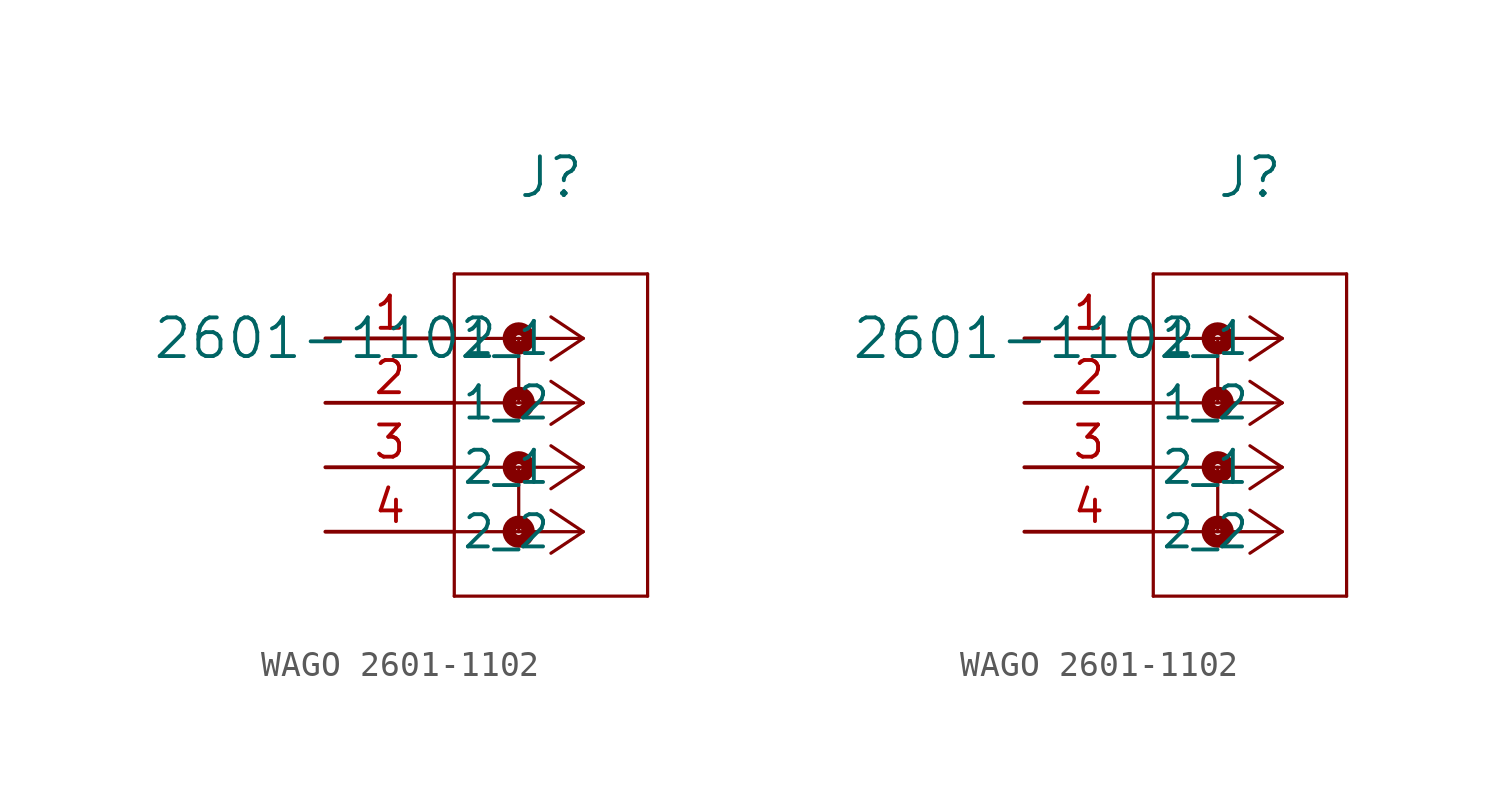
<source format=kicad_sym>
(kicad_symbol_lib
  (version 20241209)
  (generator "kicad_symbol_editor")
  (generator_version "9.0")
  (symbol "WAGO 2601-1102"
    (pin_names
      (offset 0.254))
    (property "Reference" "J"
      (at 8.89 6.35 0)
      (effects (font (size 1.524 1.524))))
    (property "Value" "2601-1102"
      (at 0 0 0)
      (effects (font (size 1.524 1.524))))
    (symbol "WAGO 2601-1102_1_1"
      (polyline (pts (xy 5.08 2.54) (xy 5.08 -10.16)) (stroke (width 0.127) (type default)) (fill (type none)))
      (polyline (pts (xy 5.08 -10.16) (xy 12.7 -10.16)) (stroke (width 0.127) (type default)) (fill (type none)))
      (polyline (pts (xy 7.62 0) (xy 7.62 -2.54)) (stroke (width 0.127) (type default)) (fill (type none)))
      (circle (center 7.62 0) (radius 0.127) (stroke (width 0.508) (type default)) (fill (type none)))
      (circle (center 7.62 -2.54) (radius 0.127) (stroke (width 0.508) (type default)) (fill (type none)))
      (polyline (pts (xy 7.62 -5.08) (xy 7.62 -7.62)) (stroke (width 0.127) (type default)) (fill (type none)))
      (circle (center 7.62 -5.08) (radius 0.127) (stroke (width 0.508) (type default)) (fill (type none)))
      (circle (center 7.62 -7.62) (radius 0.127) (stroke (width 0.508) (type default)) (fill (type none)))
      (polyline (pts (xy 10.16 0) (xy 5.08 0)) (stroke (width 0.127) (type default)) (fill (type none)))
      (polyline (pts (xy 10.16 0) (xy 8.89 0.847)) (stroke (width 0.127) (type default)) (fill (type none)))
      (polyline (pts (xy 10.16 0) (xy 8.89 -0.847)) (stroke (width 0.127) (type default)) (fill (type none)))
      (polyline (pts (xy 10.16 -2.54) (xy 5.08 -2.54)) (stroke (width 0.127) (type default)) (fill (type none)))
      (polyline (pts (xy 10.16 -2.54) (xy 8.89 -1.693)) (stroke (width 0.127) (type default)) (fill (type none)))
      (polyline (pts (xy 10.16 -2.54) (xy 8.89 -3.387)) (stroke (width 0.127) (type default)) (fill (type none)))
      (polyline (pts (xy 10.16 -5.08) (xy 5.08 -5.08)) (stroke (width 0.127) (type default)) (fill (type none)))
      (polyline (pts (xy 10.16 -5.08) (xy 8.89 -4.233)) (stroke (width 0.127) (type default)) (fill (type none)))
      (polyline (pts (xy 10.16 -5.08) (xy 8.89 -5.927)) (stroke (width 0.127) (type default)) (fill (type none)))
      (polyline (pts (xy 10.16 -7.62) (xy 5.08 -7.62)) (stroke (width 0.127) (type default)) (fill (type none)))
      (polyline (pts (xy 10.16 -7.62) (xy 8.89 -6.773)) (stroke (width 0.127) (type default)) (fill (type none)))
      (polyline (pts (xy 10.16 -7.62) (xy 8.89 -8.467)) (stroke (width 0.127) (type default)) (fill (type none)))
      (polyline (pts (xy 12.7 2.54) (xy 5.08 2.54)) (stroke (width 0.127) (type default)) (fill (type none)))
      (polyline (pts (xy 12.7 -10.16) (xy 12.7 2.54)) (stroke (width 0.127) (type default)) (fill (type none)))
      (pin unspecified line (at 0 0 0) (length 5.08) (name "1_1" (effects (font (size 1.27 1.27)))) (number "1" (effects (font (size 1.27 1.27)))))
      (pin unspecified line (at 0 -2.54 0) (length 5.08) (name "1_2" (effects (font (size 1.27 1.27)))) (number "2" (effects (font (size 1.27 1.27)))))
      (pin unspecified line (at 0 -5.08 0) (length 5.08) (name "2_1" (effects (font (size 1.27 1.27)))) (number "3" (effects (font (size 1.27 1.27)))))
      (pin unspecified line (at 0 -7.62 0) (length 5.08) (name "2_2" (effects (font (size 1.27 1.27)))) (number "4" (effects (font (size 1.27 1.27))))))
    (symbol "WAGO 2601-1102_1_2"
      (polyline (pts (xy 5.08 2.54) (xy 5.08 -10.16)) (stroke (width 0.127) (type default)) (fill (type none)))
      (polyline (pts (xy 5.08 -10.16) (xy 12.7 -10.16)) (stroke (width 0.127) (type default)) (fill (type none)))
      (polyline (pts (xy 7.62 0) (xy 7.62 -2.54)) (stroke (width 0.127) (type default)) (fill (type none)))
      (circle (center 7.62 0) (radius 0.127) (stroke (width 0.508) (type default)) (fill (type none)))
      (circle (center 7.62 -2.54) (radius 0.127) (stroke (width 0.508) (type default)) (fill (type none)))
      (polyline (pts (xy 7.62 -5.08) (xy 7.62 -7.62)) (stroke (width 0.127) (type default)) (fill (type none)))
      (circle (center 7.62 -5.08) (radius 0.127) (stroke (width 0.508) (type default)) (fill (type none)))
      (circle (center 7.62 -7.62) (radius 0.127) (stroke (width 0.508) (type default)) (fill (type none)))
      (polyline (pts (xy 10.16 0) (xy 5.08 0)) (stroke (width 0.127) (type default)) (fill (type none)))
      (polyline (pts (xy 10.16 0) (xy 8.89 0.847)) (stroke (width 0.127) (type default)) (fill (type none)))
      (polyline (pts (xy 10.16 0) (xy 8.89 -0.847)) (stroke (width 0.127) (type default)) (fill (type none)))
      (polyline (pts (xy 10.16 -2.54) (xy 5.08 -2.54)) (stroke (width 0.127) (type default)) (fill (type none)))
      (polyline (pts (xy 10.16 -2.54) (xy 8.89 -1.693)) (stroke (width 0.127) (type default)) (fill (type none)))
      (polyline (pts (xy 10.16 -2.54) (xy 8.89 -3.387)) (stroke (width 0.127) (type default)) (fill (type none)))
      (polyline (pts (xy 10.16 -5.08) (xy 5.08 -5.08)) (stroke (width 0.127) (type default)) (fill (type none)))
      (polyline (pts (xy 10.16 -5.08) (xy 8.89 -4.233)) (stroke (width 0.127) (type default)) (fill (type none)))
      (polyline (pts (xy 10.16 -5.08) (xy 8.89 -5.927)) (stroke (width 0.127) (type default)) (fill (type none)))
      (polyline (pts (xy 10.16 -7.62) (xy 5.08 -7.62)) (stroke (width 0.127) (type default)) (fill (type none)))
      (polyline (pts (xy 10.16 -7.62) (xy 8.89 -6.773)) (stroke (width 0.127) (type default)) (fill (type none)))
      (polyline (pts (xy 10.16 -7.62) (xy 8.89 -8.467)) (stroke (width 0.127) (type default)) (fill (type none)))
      (polyline (pts (xy 12.7 2.54) (xy 5.08 2.54)) (stroke (width 0.127) (type default)) (fill (type none)))
      (polyline (pts (xy 12.7 -10.16) (xy 12.7 2.54)) (stroke (width 0.127) (type default)) (fill (type none)))
      (pin unspecified line (at 0 0 0) (length 5.08) (name "1_1" (effects (font (size 1.27 1.27)))) (number "1" (effects (font (size 1.27 1.27)))))
      (pin unspecified line (at 0 -2.54 0) (length 5.08) (name "1_2" (effects (font (size 1.27 1.27)))) (number "2" (effects (font (size 1.27 1.27)))))
      (pin unspecified line (at 0 -5.08 0) (length 5.08) (name "2_1" (effects (font (size 1.27 1.27)))) (number "3" (effects (font (size 1.27 1.27)))))
      (pin unspecified line (at 0 -7.62 0) (length 5.08) (name "2_2" (effects (font (size 1.27 1.27)))) (number "4" (effects (font (size 1.27 1.27))))))))
</source>
